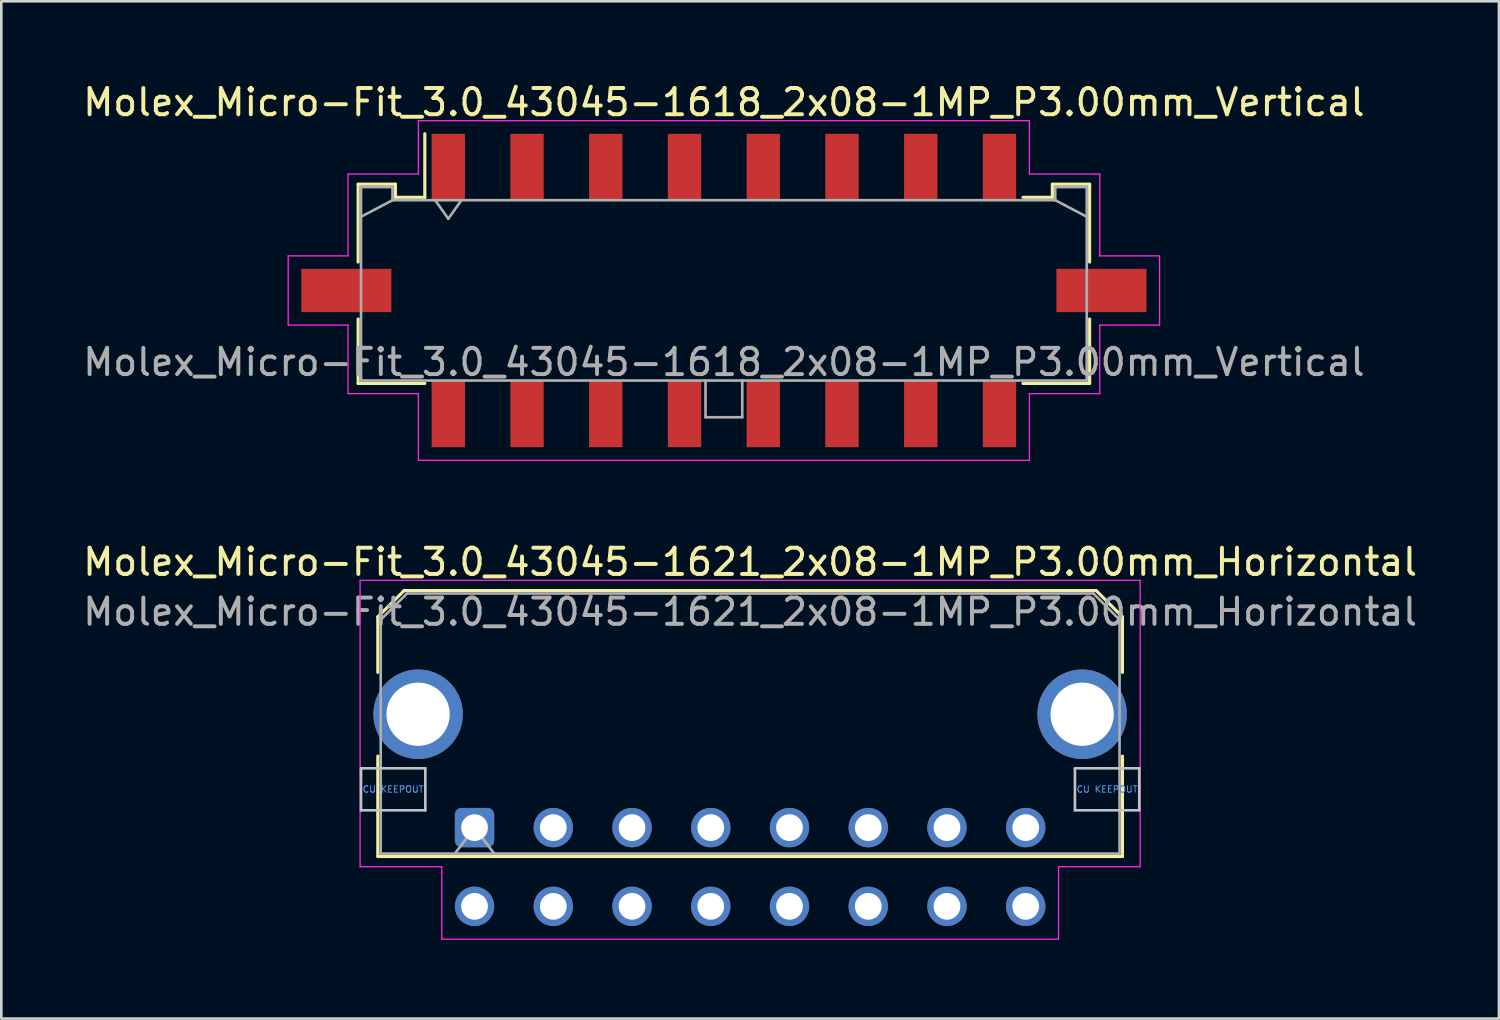
<source format=kicad_pcb>
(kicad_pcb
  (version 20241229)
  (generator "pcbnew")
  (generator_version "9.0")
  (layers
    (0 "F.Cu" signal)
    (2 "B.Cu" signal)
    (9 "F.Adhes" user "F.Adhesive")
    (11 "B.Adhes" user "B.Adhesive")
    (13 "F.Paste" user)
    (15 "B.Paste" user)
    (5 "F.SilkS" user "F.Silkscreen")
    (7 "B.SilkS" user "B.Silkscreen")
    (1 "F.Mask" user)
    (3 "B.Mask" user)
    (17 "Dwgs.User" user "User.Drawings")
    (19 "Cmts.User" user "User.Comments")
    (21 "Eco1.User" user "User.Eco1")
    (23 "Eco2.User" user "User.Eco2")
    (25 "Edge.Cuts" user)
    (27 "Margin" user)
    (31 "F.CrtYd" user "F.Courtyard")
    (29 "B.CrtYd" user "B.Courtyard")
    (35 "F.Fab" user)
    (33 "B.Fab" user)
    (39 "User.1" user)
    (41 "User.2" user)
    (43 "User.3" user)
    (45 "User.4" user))
  (footprint "Molex_Micro-Fit_3.0_43045-1621_2x08-1MP_P3.00mm_Horizontal"
    (layer "F.Cu")
    (at 15.03 28.482)
    (property "Reference" "Molex_Micro-Fit_3.0_43045-1621_2x08-1MP_P3.00mm_Horizontal" (at 10.5 -10.12 0) (layer "F.SilkS") (effects (font (size 1 1) (thickness 0.15))))
    (attr through_hole)
    (fp_line (start -3.685 -8.03) (end -2.685 -9.03) (stroke (width 0.12) (type solid)) (layer "F.SilkS"))
    (fp_line (start -3.685 -5.915) (end -3.685 -8.03) (stroke (width 0.12) (type solid)) (layer "F.SilkS"))
    (fp_line (start -3.685 -2.725) (end -3.685 1.1) (stroke (width 0.12) (type solid)) (layer "F.SilkS"))
    (fp_line (start -3.685 1.1) (end 24.685 1.1) (stroke (width 0.12) (type solid)) (layer "F.SilkS"))
    (fp_line (start -2.685 -9.03) (end 23.685 -9.03) (stroke (width 0.12) (type solid)) (layer "F.SilkS"))
    (fp_line (start 23.685 -9.03) (end 24.685 -8.03) (stroke (width 0.12) (type solid)) (layer "F.SilkS"))
    (fp_line (start 24.685 -8.03) (end 24.685 -5.915) (stroke (width 0.12) (type solid)) (layer "F.SilkS"))
    (fp_line (start 24.685 1.1) (end 24.685 -2.725) (stroke (width 0.12) (type solid)) (layer "F.SilkS"))
    (fp_line (start -4.325 -2.26) (end -4.325 -0.66) (stroke (width 0.1) (type solid)) (layer "Dwgs.User"))
    (fp_line (start -4.325 -0.66) (end -1.875 -0.66) (stroke (width 0.1) (type solid)) (layer "Dwgs.User"))
    (fp_line (start -1.875 -2.26) (end -4.325 -2.26) (stroke (width 0.1) (type solid)) (layer "Dwgs.User"))
    (fp_line (start -1.875 -0.66) (end -1.875 -2.26) (stroke (width 0.1) (type solid)) (layer "Dwgs.User"))
    (fp_line (start 22.875 -2.26) (end 22.875 -0.66) (stroke (width 0.1) (type solid)) (layer "Dwgs.User"))
    (fp_line (start 22.875 -0.66) (end 25.325 -0.66) (stroke (width 0.1) (type solid)) (layer "Dwgs.User"))
    (fp_line (start 25.325 -2.26) (end 22.875 -2.26) (stroke (width 0.1) (type solid)) (layer "Dwgs.User"))
    (fp_line (start 25.325 -0.66) (end 25.325 -2.26) (stroke (width 0.1) (type solid)) (layer "Dwgs.User"))
    (fp_line (start -4.36 -9.42) (end 25.36 -9.42) (stroke (width 0.05) (type solid)) (layer "F.CrtYd"))
    (fp_line (start -4.36 1.49) (end -4.36 -9.42) (stroke (width 0.05) (type solid)) (layer "F.CrtYd"))
    (fp_line (start -1.25 1.49) (end -4.36 1.49) (stroke (width 0.05) (type solid)) (layer "F.CrtYd"))
    (fp_line (start -1.25 4.25) (end -1.25 1.49) (stroke (width 0.05) (type solid)) (layer "F.CrtYd"))
    (fp_line (start 22.25 1.49) (end 22.25 4.25) (stroke (width 0.05) (type solid)) (layer "F.CrtYd"))
    (fp_line (start 22.25 4.25) (end -1.25 4.25) (stroke (width 0.05) (type solid)) (layer "F.CrtYd"))
    (fp_line (start 25.36 -9.42) (end 25.36 1.49) (stroke (width 0.05) (type solid)) (layer "F.CrtYd"))
    (fp_line (start 25.36 1.49) (end 22.25 1.49) (stroke (width 0.05) (type solid)) (layer "F.CrtYd"))
    (fp_line (start -3.575 -7.92) (end -2.575 -8.92) (stroke (width 0.1) (type solid)) (layer "F.Fab"))
    (fp_line (start -3.575 0.99) (end -3.575 -7.92) (stroke (width 0.1) (type solid)) (layer "F.Fab"))
    (fp_line (start -2.575 -8.92) (end 23.575 -8.92) (stroke (width 0.1) (type solid)) (layer "F.Fab"))
    (fp_line (start -0.75 0.99) (end 0 0) (stroke (width 0.1) (type solid)) (layer "F.Fab"))
    (fp_line (start 0 0) (end 0.75 0.99) (stroke (width 0.1) (type solid)) (layer "F.Fab"))
    (fp_line (start 23.575 -8.92) (end 24.575 -7.92) (stroke (width 0.1) (type solid)) (layer "F.Fab"))
    (fp_line (start 24.575 -7.92) (end 24.575 0.99) (stroke (width 0.1) (type solid)) (layer "F.Fab"))
    (fp_line (start 24.575 0.99) (end -3.575 0.99) (stroke (width 0.1) (type solid)) (layer "F.Fab"))
    (fp_text user "CU KEEPOUT" (at -3.1 -1.46 0) (layer "Cmts.User") (effects (font (size 0.245 0.245) (thickness 0.037))))
    (fp_text user "CU KEEPOUT" (at 24.1 -1.46 0) (layer "Cmts.User") (effects (font (size 0.245 0.245) (thickness 0.037))))
    (fp_text user "${REFERENCE}" (at 10.5 -8.22 0) (layer "F.Fab") (effects (font (size 1 1) (thickness 0.15))))
    (pad "1" thru_hole roundrect (at 0 0) (size 1.5 1.5) (drill 1.02) (layers "*.Cu" "*.Mask") (roundrect_rratio 0.167))
    (pad "2" thru_hole circle (at 3 0) (size 1.5 1.5) (drill 1.02) (layers "*.Cu" "*.Mask"))
    (pad "3" thru_hole circle (at 6 0) (size 1.5 1.5) (drill 1.02) (layers "*.Cu" "*.Mask"))
    (pad "4" thru_hole circle (at 9 0) (size 1.5 1.5) (drill 1.02) (layers "*.Cu" "*.Mask"))
    (pad "5" thru_hole circle (at 12 0) (size 1.5 1.5) (drill 1.02) (layers "*.Cu" "*.Mask"))
    (pad "6" thru_hole circle (at 15 0) (size 1.5 1.5) (drill 1.02) (layers "*.Cu" "*.Mask"))
    (pad "7" thru_hole circle (at 18 0) (size 1.5 1.5) (drill 1.02) (layers "*.Cu" "*.Mask"))
    (pad "8" thru_hole circle (at 21 0) (size 1.5 1.5) (drill 1.02) (layers "*.Cu" "*.Mask"))
    (pad "9" thru_hole circle (at 0 3) (size 1.5 1.5) (drill 1.02) (layers "*.Cu" "*.Mask"))
    (pad "10" thru_hole circle (at 3 3) (size 1.5 1.5) (drill 1.02) (layers "*.Cu" "*.Mask"))
    (pad "11" thru_hole circle (at 6 3) (size 1.5 1.5) (drill 1.02) (layers "*.Cu" "*.Mask"))
    (pad "12" thru_hole circle (at 9 3) (size 1.5 1.5) (drill 1.02) (layers "*.Cu" "*.Mask"))
    (pad "13" thru_hole circle (at 12 3) (size 1.5 1.5) (drill 1.02) (layers "*.Cu" "*.Mask"))
    (pad "14" thru_hole circle (at 15 3) (size 1.5 1.5) (drill 1.02) (layers "*.Cu" "*.Mask"))
    (pad "15" thru_hole circle (at 18 3) (size 1.5 1.5) (drill 1.02) (layers "*.Cu" "*.Mask"))
    (pad "16" thru_hole circle (at 21 3) (size 1.5 1.5) (drill 1.02) (layers "*.Cu" "*.Mask"))
    (pad "MP" thru_hole circle (at -2.15 -4.32) (size 3.41 3.41) (drill 2.41) (layers "*.Cu" "*.Mask"))
    (pad "MP" thru_hole circle (at 23.15 -4.32) (size 3.41 3.41) (drill 2.41) (layers "*.Cu" "*.Mask")))
  (footprint "Molex_Micro-Fit_3.0_43045-1618_2x08-1MP_P3.00mm_Vertical"
    (layer "F.Cu")
    (at 24.53 8.018)
    (property "Reference" "Molex_Micro-Fit_3.0_43045-1618_2x08-1MP_P3.00mm_Vertical" (at 0 -7.17 0) (layer "F.SilkS") (effects (font (size 1 1) (thickness 0.15))))
    (attr smd)
    (fp_line (start -13.935 -4.05) (end -12.515 -4.05) (stroke (width 0.12) (type solid)) (layer "F.SilkS"))
    (fp_line (start -13.935 -1.085) (end -13.935 -4.05) (stroke (width 0.12) (type solid)) (layer "F.SilkS"))
    (fp_line (start -13.935 1.085) (end -13.935 3.54) (stroke (width 0.12) (type solid)) (layer "F.SilkS"))
    (fp_line (start -13.935 3.54) (end -11.395 3.54) (stroke (width 0.12) (type solid)) (layer "F.SilkS"))
    (fp_line (start -12.515 -4.05) (end -12.515 -3.55) (stroke (width 0.12) (type solid)) (layer "F.SilkS"))
    (fp_line (start -12.515 -3.55) (end -11.395 -3.55) (stroke (width 0.12) (type solid)) (layer "F.SilkS"))
    (fp_line (start -11.395 -3.55) (end -11.395 -5.97) (stroke (width 0.12) (type solid)) (layer "F.SilkS"))
    (fp_line (start 12.515 -4.05) (end 12.515 -3.55) (stroke (width 0.12) (type solid)) (layer "F.SilkS"))
    (fp_line (start 12.515 -3.55) (end 11.395 -3.55) (stroke (width 0.12) (type solid)) (layer "F.SilkS"))
    (fp_line (start 13.935 -4.05) (end 12.515 -4.05) (stroke (width 0.12) (type solid)) (layer "F.SilkS"))
    (fp_line (start 13.935 -1.085) (end 13.935 -4.05) (stroke (width 0.12) (type solid)) (layer "F.SilkS"))
    (fp_line (start 13.935 1.085) (end 13.935 3.54) (stroke (width 0.12) (type solid)) (layer "F.SilkS"))
    (fp_line (start 13.935 3.54) (end 11.395 3.54) (stroke (width 0.12) (type solid)) (layer "F.SilkS"))
    (fp_line (start -16.6 -1.32) (end -16.6 1.32) (stroke (width 0.05) (type solid)) (layer "F.CrtYd"))
    (fp_line (start -16.6 1.32) (end -14.32 1.32) (stroke (width 0.05) (type solid)) (layer "F.CrtYd"))
    (fp_line (start -14.32 -4.44) (end -14.32 -1.32) (stroke (width 0.05) (type solid)) (layer "F.CrtYd"))
    (fp_line (start -14.32 -1.32) (end -16.6 -1.32) (stroke (width 0.05) (type solid)) (layer "F.CrtYd"))
    (fp_line (start -14.32 1.32) (end -14.32 3.93) (stroke (width 0.05) (type solid)) (layer "F.CrtYd"))
    (fp_line (start -14.32 3.93) (end -11.64 3.93) (stroke (width 0.05) (type solid)) (layer "F.CrtYd"))
    (fp_line (start -11.64 -6.47) (end -11.64 -4.44) (stroke (width 0.05) (type solid)) (layer "F.CrtYd"))
    (fp_line (start -11.64 -4.44) (end -14.32 -4.44) (stroke (width 0.05) (type solid)) (layer "F.CrtYd"))
    (fp_line (start -11.64 3.93) (end -11.64 6.47) (stroke (width 0.05) (type solid)) (layer "F.CrtYd"))
    (fp_line (start -11.64 6.47) (end 0 6.47) (stroke (width 0.05) (type solid)) (layer "F.CrtYd"))
    (fp_line (start 0 -6.47) (end -11.64 -6.47) (stroke (width 0.05) (type solid)) (layer "F.CrtYd"))
    (fp_line (start 0 -6.47) (end 11.64 -6.47) (stroke (width 0.05) (type solid)) (layer "F.CrtYd"))
    (fp_line (start 11.64 -6.47) (end 11.64 -4.44) (stroke (width 0.05) (type solid)) (layer "F.CrtYd"))
    (fp_line (start 11.64 -4.44) (end 14.32 -4.44) (stroke (width 0.05) (type solid)) (layer "F.CrtYd"))
    (fp_line (start 11.64 3.93) (end 11.64 6.47) (stroke (width 0.05) (type solid)) (layer "F.CrtYd"))
    (fp_line (start 11.64 6.47) (end 0 6.47) (stroke (width 0.05) (type solid)) (layer "F.CrtYd"))
    (fp_line (start 14.32 -4.44) (end 14.32 -1.32) (stroke (width 0.05) (type solid)) (layer "F.CrtYd"))
    (fp_line (start 14.32 -1.32) (end 16.6 -1.32) (stroke (width 0.05) (type solid)) (layer "F.CrtYd"))
    (fp_line (start 14.32 1.32) (end 14.32 3.93) (stroke (width 0.05) (type solid)) (layer "F.CrtYd"))
    (fp_line (start 14.32 3.93) (end 11.64 3.93) (stroke (width 0.05) (type solid)) (layer "F.CrtYd"))
    (fp_line (start 16.6 -1.32) (end 16.6 1.32) (stroke (width 0.05) (type solid)) (layer "F.CrtYd"))
    (fp_line (start 16.6 1.32) (end 14.32 1.32) (stroke (width 0.05) (type solid)) (layer "F.CrtYd"))
    (fp_line (start -13.825 -3.94) (end -13.825 3.43) (stroke (width 0.1) (type solid)) (layer "F.Fab"))
    (fp_line (start -13.825 -2.81) (end -12.625 -3.44) (stroke (width 0.1) (type solid)) (layer "F.Fab"))
    (fp_line (start -13.825 3.43) (end 13.825 3.43) (stroke (width 0.1) (type solid)) (layer "F.Fab"))
    (fp_line (start -12.625 -3.94) (end -13.825 -3.94) (stroke (width 0.1) (type solid)) (layer "F.Fab"))
    (fp_line (start -12.625 -3.44) (end -12.625 -3.94) (stroke (width 0.1) (type solid)) (layer "F.Fab"))
    (fp_line (start -11 -3.44) (end -10.5 -2.733) (stroke (width 0.1) (type solid)) (layer "F.Fab"))
    (fp_line (start -10.5 -2.733) (end -10 -3.44) (stroke (width 0.1) (type solid)) (layer "F.Fab"))
    (fp_line (start -0.7 3.43) (end -0.7 4.83) (stroke (width 0.1) (type solid)) (layer "F.Fab"))
    (fp_line (start -0.7 4.83) (end 0.7 4.83) (stroke (width 0.1) (type solid)) (layer "F.Fab"))
    (fp_line (start 0.7 4.83) (end 0.7 3.43) (stroke (width 0.1) (type solid)) (layer "F.Fab"))
    (fp_line (start 12.625 -3.94) (end 12.625 -3.44) (stroke (width 0.1) (type solid)) (layer "F.Fab"))
    (fp_line (start 12.625 -3.44) (end -12.625 -3.44) (stroke (width 0.1) (type solid)) (layer "F.Fab"))
    (fp_line (start 13.825 -3.94) (end 12.625 -3.94) (stroke (width 0.1) (type solid)) (layer "F.Fab"))
    (fp_line (start 13.825 -2.81) (end 12.625 -3.44) (stroke (width 0.1) (type solid)) (layer "F.Fab"))
    (fp_line (start 13.825 3.43) (end 13.825 -3.94) (stroke (width 0.1) (type solid)) (layer "F.Fab"))
    (fp_text user "${REFERENCE}" (at 0 2.73 0) (layer "F.Fab") (effects (font (size 1 1) (thickness 0.15))))
    (pad "1" smd rect (at -10.5 -4.7) (size 1.27 2.54) (layers "F.Cu" "F.Mask" "F.Paste"))
    (pad "2" smd rect (at -7.5 -4.7) (size 1.27 2.54) (layers "F.Cu" "F.Mask" "F.Paste"))
    (pad "3" smd rect (at -4.5 -4.7) (size 1.27 2.54) (layers "F.Cu" "F.Mask" "F.Paste"))
    (pad "4" smd rect (at -1.5 -4.7) (size 1.27 2.54) (layers "F.Cu" "F.Mask" "F.Paste"))
    (pad "5" smd rect (at 1.5 -4.7) (size 1.27 2.54) (layers "F.Cu" "F.Mask" "F.Paste"))
    (pad "6" smd rect (at 4.5 -4.7) (size 1.27 2.54) (layers "F.Cu" "F.Mask" "F.Paste"))
    (pad "7" smd rect (at 7.5 -4.7) (size 1.27 2.54) (layers "F.Cu" "F.Mask" "F.Paste"))
    (pad "8" smd rect (at 10.5 -4.7) (size 1.27 2.54) (layers "F.Cu" "F.Mask" "F.Paste"))
    (pad "9" smd rect (at -10.5 4.7) (size 1.27 2.54) (layers "F.Cu" "F.Mask" "F.Paste"))
    (pad "10" smd rect (at -7.5 4.7) (size 1.27 2.54) (layers "F.Cu" "F.Mask" "F.Paste"))
    (pad "11" smd rect (at -4.5 4.7) (size 1.27 2.54) (layers "F.Cu" "F.Mask" "F.Paste"))
    (pad "12" smd rect (at -1.5 4.7) (size 1.27 2.54) (layers "F.Cu" "F.Mask" "F.Paste"))
    (pad "13" smd rect (at 1.5 4.7) (size 1.27 2.54) (layers "F.Cu" "F.Mask" "F.Paste"))
    (pad "14" smd rect (at 4.5 4.7) (size 1.27 2.54) (layers "F.Cu" "F.Mask" "F.Paste"))
    (pad "15" smd rect (at 7.5 4.7) (size 1.27 2.54) (layers "F.Cu" "F.Mask" "F.Paste"))
    (pad "16" smd rect (at 10.5 4.7) (size 1.27 2.54) (layers "F.Cu" "F.Mask" "F.Paste"))
    (pad "MP" smd rect (at -14.385 0) (size 3.43 1.65) (layers "F.Cu" "F.Mask" "F.Paste"))
    (pad "MP" smd rect (at 14.385 0) (size 3.43 1.65) (layers "F.Cu" "F.Mask" "F.Paste")))
  (gr_rect
    (start -3 -3)
    (end 54.06 35.757)
    (stroke (width 0.1) (type default))
    (fill no)
    (layer "Edge.Cuts")))
</source>
